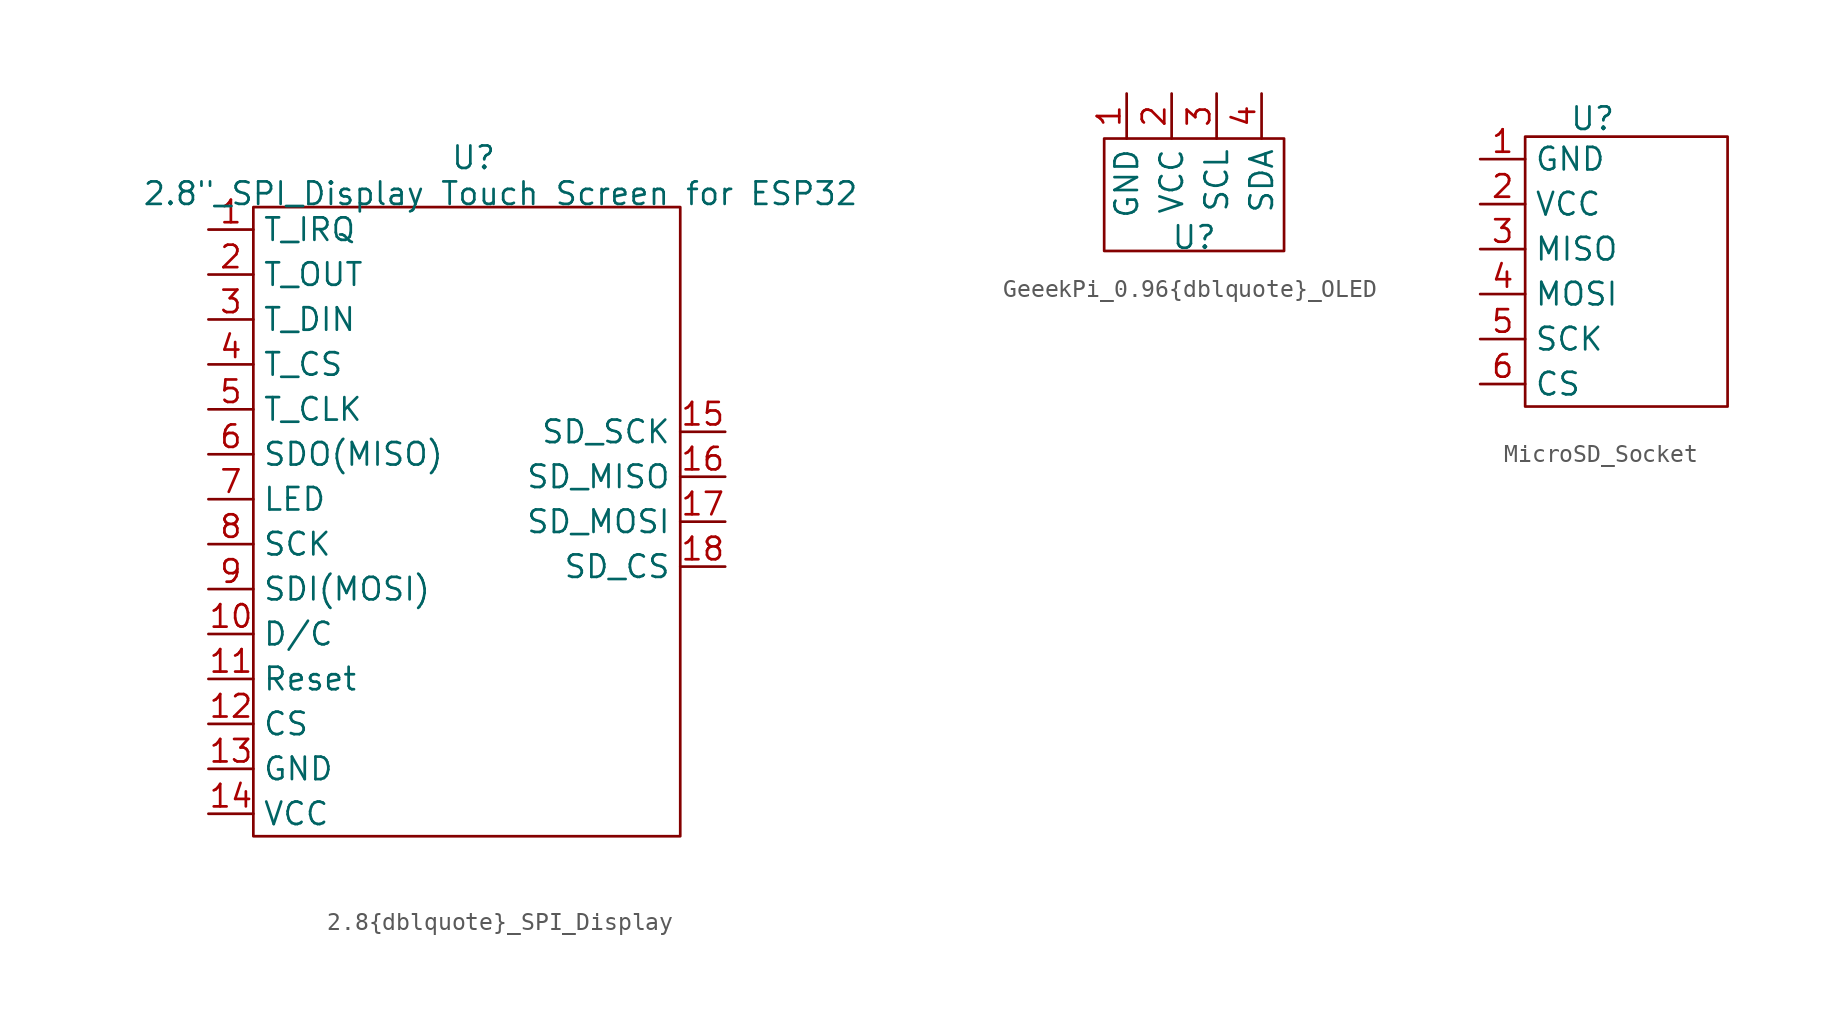
<source format=kicad_sym>
(kicad_symbol_lib
  (version 20241209)
  (generator "kicad_symbol_editor")
  (generator_version "9.0")
  (symbol "2.8{dblquote}_SPI_Display"
    (property "Reference" "U"
      (at 9.906 2.794 0)
      (effects (font (size 1.27 1.27))))
    (property "Value" "2.8\"_SPI_Display Touch Screen for ESP32"
      (at 11.43 0.762 0)
      (effects (font (size 1.27 1.27))))
    (symbol "2.8{dblquote}_SPI_Display_0_1"
      (rectangle (start -2.54 0) (end 21.59 -35.56) (stroke (width 0) (type default)) (fill (type none))))
    (symbol "2.8{dblquote}_SPI_Display_1_1"
      (pin bidirectional line (at -5.08 -1.27 0) (length 2.54) (name "T_IRQ" (effects (font (size 1.27 1.27)))) (number "1" (effects (font (size 1.27 1.27)))))
      (pin bidirectional line (at -5.08 -3.81 0) (length 2.54) (name "T_OUT" (effects (font (size 1.27 1.27)))) (number "2" (effects (font (size 1.27 1.27)))))
      (pin bidirectional line (at -5.08 -6.35 0) (length 2.54) (name "T_DIN" (effects (font (size 1.27 1.27)))) (number "3" (effects (font (size 1.27 1.27)))))
      (pin bidirectional line (at -5.08 -8.89 0) (length 2.54) (name "T_CS" (effects (font (size 1.27 1.27)))) (number "4" (effects (font (size 1.27 1.27)))))
      (pin bidirectional line (at -5.08 -11.43 0) (length 2.54) (name "T_CLK" (effects (font (size 1.27 1.27)))) (number "5" (effects (font (size 1.27 1.27)))))
      (pin bidirectional line (at -5.08 -13.97 0) (length 2.54) (name "SDO(MISO)" (effects (font (size 1.27 1.27)))) (number "6" (effects (font (size 1.27 1.27)))))
      (pin bidirectional line (at -5.08 -16.51 0) (length 2.54) (name "LED" (effects (font (size 1.27 1.27)))) (number "7" (effects (font (size 1.27 1.27)))))
      (pin bidirectional line (at -5.08 -19.05 0) (length 2.54) (name "SCK" (effects (font (size 1.27 1.27)))) (number "8" (effects (font (size 1.27 1.27)))))
      (pin bidirectional line (at -5.08 -21.59 0) (length 2.54) (name "SDI(MOSI)" (effects (font (size 1.27 1.27)))) (number "9" (effects (font (size 1.27 1.27)))))
      (pin bidirectional line (at -5.08 -24.13 0) (length 2.54) (name "D/C" (effects (font (size 1.27 1.27)))) (number "10" (effects (font (size 1.27 1.27)))))
      (pin bidirectional line (at -5.08 -26.67 0) (length 2.54) (name "Reset" (effects (font (size 1.27 1.27)))) (number "11" (effects (font (size 1.27 1.27)))))
      (pin bidirectional line (at -5.08 -29.21 0) (length 2.54) (name "CS" (effects (font (size 1.27 1.27)))) (number "12" (effects (font (size 1.27 1.27)))))
      (pin bidirectional line (at -5.08 -31.75 0) (length 2.54) (name "GND" (effects (font (size 1.27 1.27)))) (number "13" (effects (font (size 1.27 1.27)))))
      (pin bidirectional line (at -5.08 -34.29 0) (length 2.54) (name "VCC" (effects (font (size 1.27 1.27)))) (number "14" (effects (font (size 1.27 1.27)))))
      (pin bidirectional line (at 24.13 -12.7 180) (length 2.54) (name "SD_SCK" (effects (font (size 1.27 1.27)))) (number "15" (effects (font (size 1.27 1.27)))))
      (pin bidirectional line (at 24.13 -15.24 180) (length 2.54) (name "SD_MISO" (effects (font (size 1.27 1.27)))) (number "16" (effects (font (size 1.27 1.27)))))
      (pin bidirectional line (at 24.13 -17.78 180) (length 2.54) (name "SD_MOSI" (effects (font (size 1.27 1.27)))) (number "17" (effects (font (size 1.27 1.27)))))
      (pin bidirectional line (at 24.13 -20.32 180) (length 2.54) (name "SD_CS" (effects (font (size 1.27 1.27)))) (number "18" (effects (font (size 1.27 1.27)))))))
  (symbol "GeeekPi_0.96{dblquote}_OLED"
    (property "Reference" "U"
      (at 0 -4.318 0)
      (effects (font (size 1.27 1.27))))
    (property "Value" ""
      (at 0 0 0)
      (effects (font (size 1.27 1.27))))
    (symbol "GeeekPi_0.96{dblquote}_OLED_0_1"
      (rectangle (start -5.08 1.27) (end 5.08 -5.08) (stroke (width 0) (type default)) (fill (type none))))
    (symbol "GeeekPi_0.96{dblquote}_OLED_1_1"
      (pin bidirectional line (at -3.81 3.81 270) (length 2.54) (name "GND" (effects (font (size 1.27 1.27)))) (number "1" (effects (font (size 1.27 1.27)))))
      (pin bidirectional line (at -1.27 3.81 270) (length 2.54) (name "VCC" (effects (font (size 1.27 1.27)))) (number "2" (effects (font (size 1.27 1.27)))))
      (pin bidirectional line (at 1.27 3.81 270) (length 2.54) (name "SCL" (effects (font (size 1.27 1.27)))) (number "3" (effects (font (size 1.27 1.27)))))
      (pin bidirectional line (at 3.81 3.81 270) (length 2.54) (name "SDA" (effects (font (size 1.27 1.27)))) (number "4" (effects (font (size 1.27 1.27)))))))
  (symbol "MicroSD_Socket"
    (property "Reference" "U"
      (at 0 1.016 0)
      (effects (font (size 1.27 1.27))))
    (property "Value" ""
      (at 0 0 0)
      (effects (font (size 1.27 1.27))))
    (symbol "MicroSD_Socket_0_1"
      (rectangle (start -3.81 0) (end 7.62 -15.24) (stroke (width 0) (type default)) (fill (type none))))
    (symbol "MicroSD_Socket_1_1"
      (pin bidirectional line (at -6.35 -1.27 0) (length 2.54) (name "GND" (effects (font (size 1.27 1.27)))) (number "1" (effects (font (size 1.27 1.27)))))
      (pin bidirectional line (at -6.35 -3.81 0) (length 2.54) (name "VCC" (effects (font (size 1.27 1.27)))) (number "2" (effects (font (size 1.27 1.27)))))
      (pin bidirectional line (at -6.35 -6.35 0) (length 2.54) (name "MISO" (effects (font (size 1.27 1.27)))) (number "3" (effects (font (size 1.27 1.27)))))
      (pin bidirectional line (at -6.35 -8.89 0) (length 2.54) (name "MOSI" (effects (font (size 1.27 1.27)))) (number "4" (effects (font (size 1.27 1.27)))))
      (pin bidirectional line (at -6.35 -11.43 0) (length 2.54) (name "SCK" (effects (font (size 1.27 1.27)))) (number "5" (effects (font (size 1.27 1.27)))))
      (pin bidirectional line (at -6.35 -13.97 0) (length 2.54) (name "CS" (effects (font (size 1.27 1.27)))) (number "6" (effects (font (size 1.27 1.27))))))))
</source>
